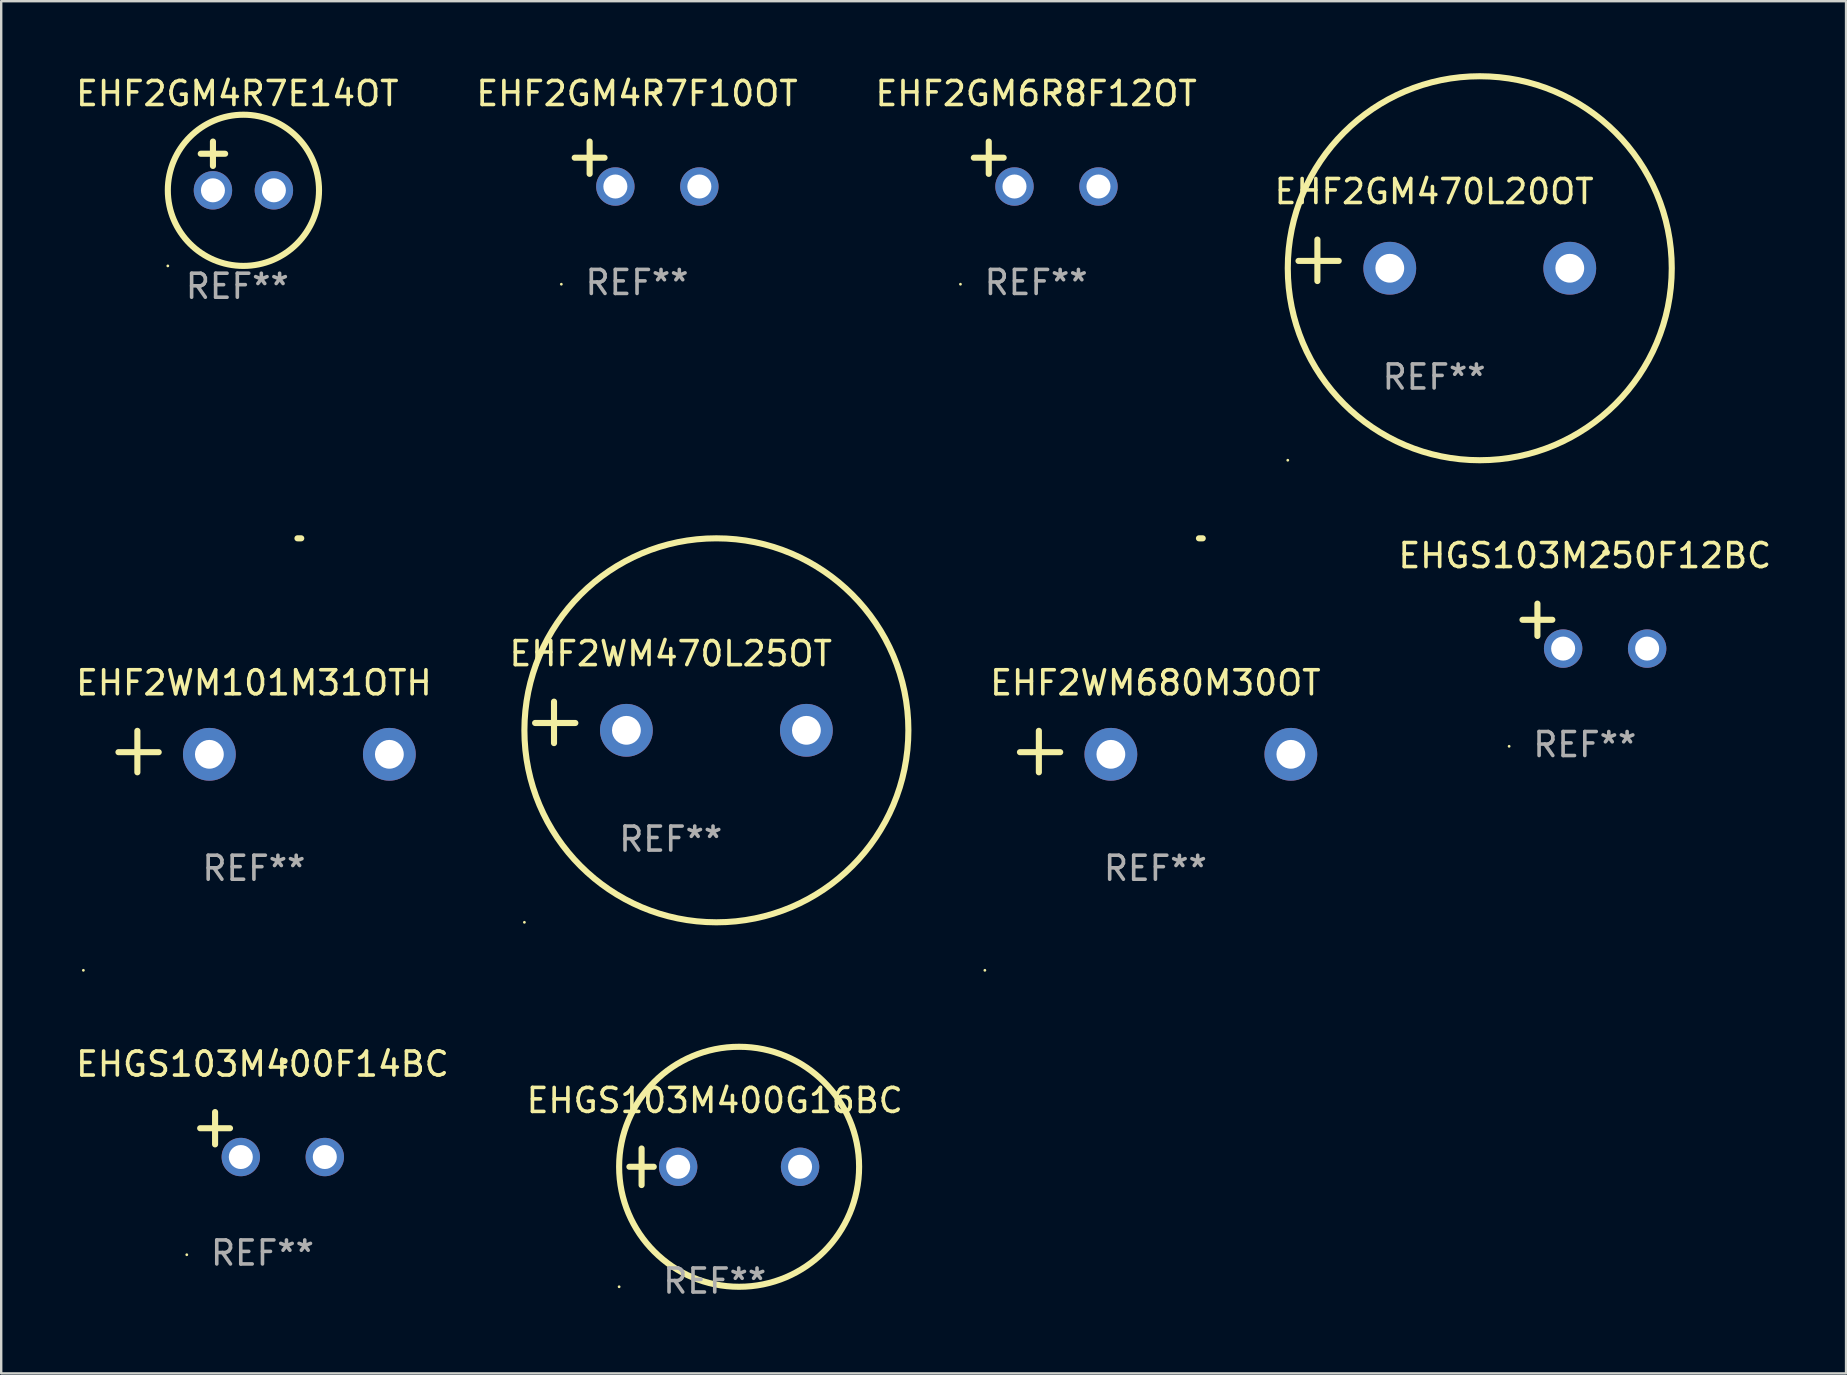
<source format=kicad_pcb>
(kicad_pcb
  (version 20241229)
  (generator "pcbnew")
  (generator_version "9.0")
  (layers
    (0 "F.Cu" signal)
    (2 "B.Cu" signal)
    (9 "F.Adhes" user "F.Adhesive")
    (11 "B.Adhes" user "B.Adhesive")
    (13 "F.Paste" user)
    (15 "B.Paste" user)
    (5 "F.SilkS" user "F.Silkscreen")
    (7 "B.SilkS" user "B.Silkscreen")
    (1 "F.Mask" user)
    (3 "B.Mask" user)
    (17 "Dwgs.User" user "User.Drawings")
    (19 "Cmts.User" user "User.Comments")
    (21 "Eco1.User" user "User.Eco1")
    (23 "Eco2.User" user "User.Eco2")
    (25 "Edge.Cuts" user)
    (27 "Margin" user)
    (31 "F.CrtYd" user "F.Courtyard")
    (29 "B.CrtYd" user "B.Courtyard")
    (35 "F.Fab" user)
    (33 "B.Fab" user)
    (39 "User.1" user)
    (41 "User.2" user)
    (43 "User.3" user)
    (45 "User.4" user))
  (footprint "EHF2WM470L25OT"
    (layer "F.Cu")
    (at 24.899 27.051)
    (property "Reference" "EHF2WM470L25OT" (at 0 -2.864 0) (layer "F.SilkS") (effects (font (size 1 1) (thickness 0.15))))
    (attr through_hole)
    (fp_line (start -4.864 0.864) (end -4.864 -0.864) (stroke (width 0.254) (type solid)) (layer "F.SilkS"))
    (fp_line (start -3.975 0.025) (end -5.652 0.025) (stroke (width 0.254) (type solid)) (layer "F.SilkS"))
    (fp_circle (center -6.098 8.33) (end -6.068 8.33) (stroke (width 0.06) (type solid)) (fill no) (layer "F.SilkS"))
    (fp_circle (center 1.902 0.33) (end 9.902 0.33) (stroke (width 0.254) (type solid)) (fill no) (layer "F.SilkS"))
    (fp_text user "REF**" (at 0 4.864 0) (layer "F.Fab") (effects (font (size 1 1) (thickness 0.15))))
    (pad "1" thru_hole circle (at -1.848 0.33) (size 2.2 2.2) (drill 1.2) (layers "*.Cu" "*.Mask"))
    (pad "2" thru_hole circle (at 5.652 0.33) (size 2.2 2.2) (drill 1.2) (layers "*.Cu" "*.Mask")))
  (footprint "EHF2GM4R7F10OT"
    (layer "F.Cu")
    (at 23.494 3.785)
    (property "Reference" "EHF2GM4R7F10OT" (at 0 -2.937 0) (layer "F.SilkS") (effects (font (size 1 1) (thickness 0.15))))
    (attr through_hole)
    (fp_line (start -1.975 0.41) (end -1.975 -0.937) (stroke (width 0.254) (type solid)) (layer "F.SilkS"))
    (fp_line (start -1.353 -0.263) (end -2.597 -0.263) (stroke (width 0.254) (type solid)) (layer "F.SilkS"))
    (fp_arc (start 0.849809 -3.063957) (mid 0.885369 -3.064114) (end 0.920929 -3.063957) (stroke (width 0.254001) (type solid)) (layer "F.SilkS"))
    (fp_circle (center -3.154 5.008) (end -3.124 5.008) (stroke (width 0.06) (type solid)) (fill no) (layer "F.SilkS"))
    (fp_text user "REF**" (at 0 4.937 0) (layer "F.Fab") (effects (font (size 1 1) (thickness 0.15))))
    (pad "1" thru_hole circle (at -0.903 0.937) (size 1.6 1.6) (drill 1) (layers "*.Cu" "*.Mask"))
    (pad "2" thru_hole circle (at 2.597 0.937) (size 1.6 1.6) (drill 1) (layers "*.Cu" "*.Mask")))
  (footprint "EHGS103M400G16BC"
    (layer "F.Cu")
    (at 26.732 45.568)
    (property "Reference" "EHGS103M400G16BC" (at 0 -2.762 0) (layer "F.SilkS") (effects (font (size 1 1) (thickness 0.15))))
    (attr through_hole)
    (fp_line (start -3.556 0) (end -2.54 0) (stroke (width 0.254) (type solid)) (layer "F.SilkS"))
    (fp_line (start -3.048 -0.762) (end -3.048 0.762) (stroke (width 0.254) (type solid)) (layer "F.SilkS"))
    (fp_circle (center -3.984 5) (end -3.954 5) (stroke (width 0.06) (type solid)) (fill no) (layer "F.SilkS"))
    (fp_circle (center 1.016 0) (end 6.016 0) (stroke (width 0.254) (type solid)) (fill no) (layer "F.SilkS"))
    (fp_text user "REF**" (at 0 4.762 0) (layer "F.Fab") (effects (font (size 1 1) (thickness 0.15))))
    (pad "1" thru_hole circle (at -1.524 0) (size 1.6 1.6) (drill 1) (layers "*.Cu" "*.Mask"))
    (pad "2" thru_hole circle (at 3.556 0) (size 1.6 1.6) (drill 1) (layers "*.Cu" "*.Mask")))
  (footprint "EHF2GM6R8F12OT"
    (layer "F.Cu")
    (at 40.125 3.785)
    (property "Reference" "EHF2GM6R8F12OT" (at 0 -2.937 0) (layer "F.SilkS") (effects (font (size 1 1) (thickness 0.15))))
    (attr through_hole)
    (fp_line (start -1.975 0.41) (end -1.975 -0.937) (stroke (width 0.254) (type solid)) (layer "F.SilkS"))
    (fp_line (start -1.353 -0.263) (end -2.597 -0.263) (stroke (width 0.254) (type solid)) (layer "F.SilkS"))
    (fp_arc (start 0.849809 -3.063957) (mid 0.885369 -3.064114) (end 0.920929 -3.063957) (stroke (width 0.254001) (type solid)) (layer "F.SilkS"))
    (fp_circle (center -3.154 5.008) (end -3.124 5.008) (stroke (width 0.06) (type solid)) (fill no) (layer "F.SilkS"))
    (fp_text user "REF**" (at 0 4.937 0) (layer "F.Fab") (effects (font (size 1 1) (thickness 0.15))))
    (pad "1" thru_hole circle (at -0.903 0.937) (size 1.6 1.6) (drill 1) (layers "*.Cu" "*.Mask"))
    (pad "2" thru_hole circle (at 2.597 0.937) (size 1.6 1.6) (drill 1) (layers "*.Cu" "*.Mask")))
  (footprint "EHF2GM4R7E14OT"
    (layer "F.Cu")
    (at 6.839 3.864)
    (property "Reference" "EHF2GM4R7E14OT" (at 0 -3.016 0) (layer "F.SilkS") (effects (font (size 1 1) (thickness 0.15))))
    (attr through_hole)
    (fp_line (start -1.524 -0.508) (end -0.508 -0.508) (stroke (width 0.254) (type solid)) (layer "F.SilkS"))
    (fp_line (start -1.016 -1.016) (end -1.016 0) (stroke (width 0.254) (type solid)) (layer "F.SilkS"))
    (fp_circle (center -2.896 4.166) (end -2.866 4.166) (stroke (width 0.06) (type solid)) (fill no) (layer "F.SilkS"))
    (fp_circle (center 0.254 1.016) (end 3.404 1.016) (stroke (width 0.254) (type solid)) (fill no) (layer "F.SilkS"))
    (fp_text user "REF**" (at 0 5.016 0) (layer "F.Fab") (effects (font (size 1 1) (thickness 0.15))))
    (pad "1" thru_hole circle (at -1.016 1.016) (size 1.6 1.6) (drill 1) (layers "*.Cu" "*.Mask"))
    (pad "2" thru_hole circle (at 1.524 1.016) (size 1.6 1.6) (drill 1) (layers "*.Cu" "*.Mask")))
  (footprint "EHF2WM680M30OT"
    (layer "F.Cu")
    (at 45.094 28.267)
    (property "Reference" "EHF2WM680M30OT" (at 0 -2.864 0) (layer "F.SilkS") (effects (font (size 1 1) (thickness 0.15))))
    (attr through_hole)
    (fp_line (start -4.856 0.864) (end -4.856 -0.864) (stroke (width 0.254) (type solid)) (layer "F.SilkS"))
    (fp_line (start -3.967 0.025) (end -5.644 0.025) (stroke (width 0.254) (type solid)) (layer "F.SilkS"))
    (fp_arc (start 1.815024 -8.885649) (mid 1.893764 -8.88599) (end 1.972504 -8.885649) (stroke (width 0.254001) (type solid)) (layer "F.SilkS"))
    (fp_circle (center -7.106 9.114) (end -7.076 9.114) (stroke (width 0.06) (type solid)) (fill no) (layer "F.SilkS"))
    (fp_text user "REF**" (at 0 4.864 0) (layer "F.Fab") (effects (font (size 1 1) (thickness 0.15))))
    (pad "1" thru_hole circle (at -1.856 0.114) (size 2.2 2.2) (drill 1.2) (layers "*.Cu" "*.Mask"))
    (pad "2" thru_hole circle (at 5.644 0.114) (size 2.2 2.2) (drill 1.2) (layers "*.Cu" "*.Mask")))
  (footprint "EHF2GM470L20OT"
    (layer "F.Cu")
    (at 56.708 7.797)
    (property "Reference" "EHF2GM470L20OT" (at 0 -2.864 0) (layer "F.SilkS") (effects (font (size 1 1) (thickness 0.15))))
    (attr through_hole)
    (fp_line (start -4.864 0.864) (end -4.864 -0.864) (stroke (width 0.254) (type solid)) (layer "F.SilkS"))
    (fp_line (start -3.975 0.025) (end -5.652 0.025) (stroke (width 0.254) (type solid)) (layer "F.SilkS"))
    (fp_circle (center -6.098 8.33) (end -6.068 8.33) (stroke (width 0.06) (type solid)) (fill no) (layer "F.SilkS"))
    (fp_circle (center 1.902 0.33) (end 9.902 0.33) (stroke (width 0.254) (type solid)) (fill no) (layer "F.SilkS"))
    (fp_text user "REF**" (at 0 4.864 0) (layer "F.Fab") (effects (font (size 1 1) (thickness 0.15))))
    (pad "1" thru_hole circle (at -1.848 0.33) (size 2.2 2.2) (drill 1.2) (layers "*.Cu" "*.Mask"))
    (pad "2" thru_hole circle (at 5.652 0.33) (size 2.2 2.2) (drill 1.2) (layers "*.Cu" "*.Mask")))
  (footprint "EHF2WM101M31OTH"
    (layer "F.Cu")
    (at 7.53 28.267)
    (property "Reference" "EHF2WM101M31OTH" (at 0 -2.864 0) (layer "F.SilkS") (effects (font (size 1 1) (thickness 0.15))))
    (attr through_hole)
    (fp_line (start -4.856 0.864) (end -4.856 -0.864) (stroke (width 0.254) (type solid)) (layer "F.SilkS"))
    (fp_line (start -3.967 0.025) (end -5.644 0.025) (stroke (width 0.254) (type solid)) (layer "F.SilkS"))
    (fp_arc (start 1.815024 -8.885649) (mid 1.893764 -8.88599) (end 1.972504 -8.885649) (stroke (width 0.254001) (type solid)) (layer "F.SilkS"))
    (fp_circle (center -7.106 9.114) (end -7.076 9.114) (stroke (width 0.06) (type solid)) (fill no) (layer "F.SilkS"))
    (fp_text user "REF**" (at 0 4.864 0) (layer "F.Fab") (effects (font (size 1 1) (thickness 0.15))))
    (pad "1" thru_hole circle (at -1.856 0.114) (size 2.2 2.2) (drill 1.2) (layers "*.Cu" "*.Mask"))
    (pad "2" thru_hole circle (at 5.644 0.114) (size 2.2 2.2) (drill 1.2) (layers "*.Cu" "*.Mask")))
  (footprint "EHGS103M250F12BC"
    (layer "F.Cu")
    (at 62.987 23.039)
    (property "Reference" "EHGS103M250F12BC" (at 0 -2.937 0) (layer "F.SilkS") (effects (font (size 1 1) (thickness 0.15))))
    (attr through_hole)
    (fp_line (start -1.975 0.41) (end -1.975 -0.937) (stroke (width 0.254) (type solid)) (layer "F.SilkS"))
    (fp_line (start -1.353 -0.263) (end -2.597 -0.263) (stroke (width 0.254) (type solid)) (layer "F.SilkS"))
    (fp_arc (start 0.849809 -3.063957) (mid 0.885369 -3.064114) (end 0.920929 -3.063957) (stroke (width 0.254001) (type solid)) (layer "F.SilkS"))
    (fp_circle (center -3.154 5.008) (end -3.124 5.008) (stroke (width 0.06) (type solid)) (fill no) (layer "F.SilkS"))
    (fp_text user "REF**" (at 0 4.937 0) (layer "F.Fab") (effects (font (size 1 1) (thickness 0.15))))
    (pad "1" thru_hole circle (at -0.903 0.937) (size 1.6 1.6) (drill 1) (layers "*.Cu" "*.Mask"))
    (pad "2" thru_hole circle (at 2.597 0.937) (size 1.6 1.6) (drill 1) (layers "*.Cu" "*.Mask")))
  (footprint "EHGS103M400F14BC"
    (layer "F.Cu")
    (at 7.887 44.225)
    (property "Reference" "EHGS103M400F14BC" (at 0 -2.937 0) (layer "F.SilkS") (effects (font (size 1 1) (thickness 0.15))))
    (attr through_hole)
    (fp_line (start -1.975 0.41) (end -1.975 -0.937) (stroke (width 0.254) (type solid)) (layer "F.SilkS"))
    (fp_line (start -1.353 -0.263) (end -2.597 -0.263) (stroke (width 0.254) (type solid)) (layer "F.SilkS"))
    (fp_arc (start 0.849809 -3.063957) (mid 0.885369 -3.064114) (end 0.920929 -3.063957) (stroke (width 0.254001) (type solid)) (layer "F.SilkS"))
    (fp_circle (center -3.154 5.008) (end -3.124 5.008) (stroke (width 0.06) (type solid)) (fill no) (layer "F.SilkS"))
    (fp_text user "REF**" (at 0 4.937 0) (layer "F.Fab") (effects (font (size 1 1) (thickness 0.15))))
    (pad "1" thru_hole circle (at -0.903 0.937) (size 1.6 1.6) (drill 1) (layers "*.Cu" "*.Mask"))
    (pad "2" thru_hole circle (at 2.597 0.937) (size 1.6 1.6) (drill 1) (layers "*.Cu" "*.Mask")))
  (gr_rect
    (start -3 -3)
    (end 73.873 54.178)
    (stroke (width 0.1) (type default))
    (fill no)
    (layer "Edge.Cuts")))
</source>
